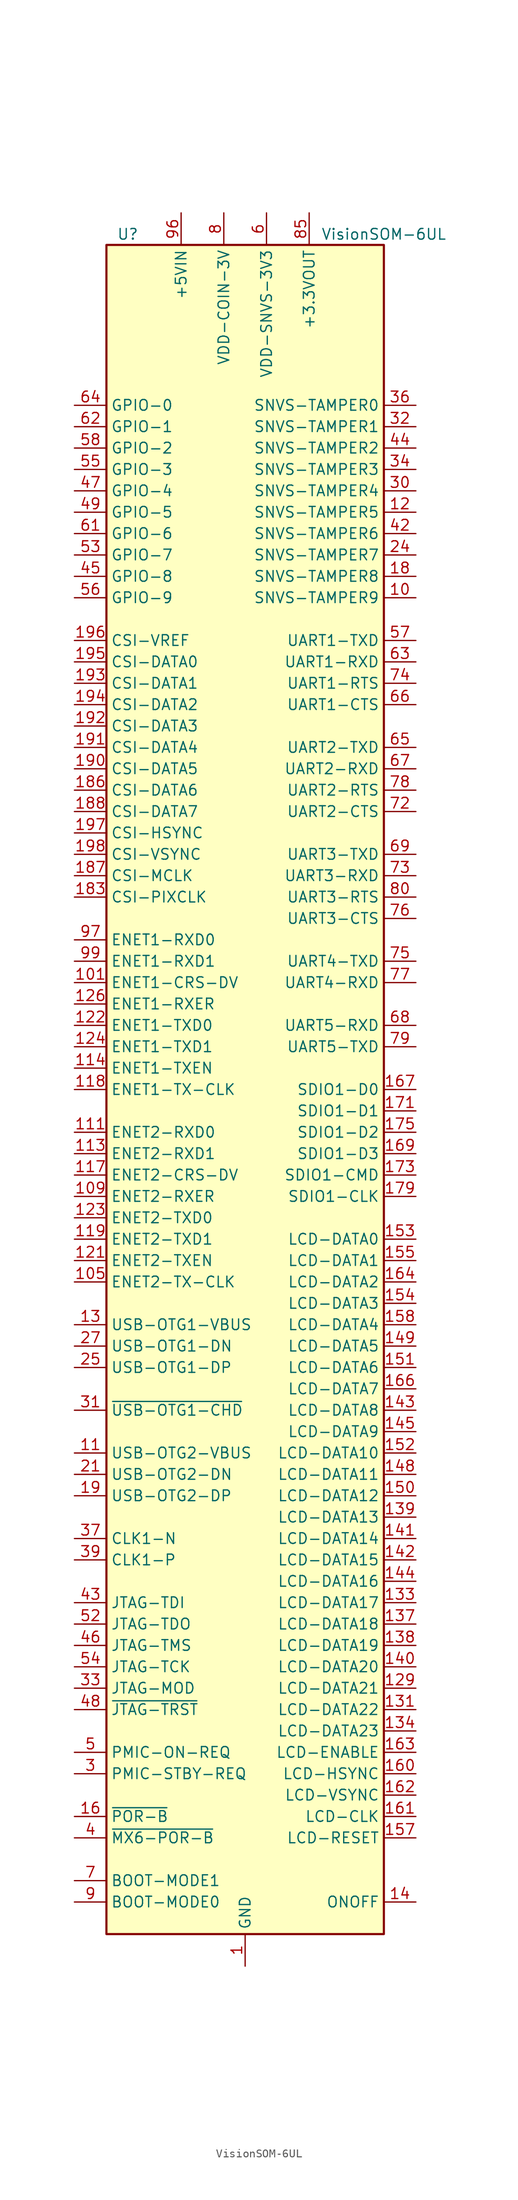
<source format=kicad_sym>
(kicad_symbol_lib
  (version 20201005)
  (generator kicad_symbol_editor)
  (symbol "MCU_Module:VisionSOM-6UL"
    (property "Reference" "U"
      (at -13.97 101.6 0)
      (effects (font (size 1.27 1.27))))
    (property "Value" "VisionSOM-6UL"
      (at 16.51 101.6 0)
      (effects (font (size 1.27 1.27))))
    (symbol "VisionSOM-6UL_0_1"
      (rectangle (start -16.51 100.33) (end 16.51 -100.33) (stroke (width 0.254)) (fill (type background))))
    (symbol "VisionSOM-6UL_1_1"
      (pin power_in line (at 0 -104.14 90) (length 3.81) (name "GND" (effects (font (size 1.27 1.27)))) (number "1" (effects (font (size 1.27 1.27)))))
      (pin bidirectional line (at 20.32 58.42 180) (length 3.81) (name "SNVS-TAMPER9" (effects (font (size 1.27 1.27)))) (number "10" (effects (font (size 1.27 1.27)))))
      (pin passive line (at -7.62 104.14 270) (length 3.81) hide (name "+5VIN" (effects (font (size 1.27 1.27)))) (number "100" (effects (font (size 1.27 1.27)))))
      (pin bidirectional line (at -20.32 12.7 0) (length 3.81) (name "ENET1-CRS-DV" (effects (font (size 1.27 1.27)))) (number "101" (effects (font (size 1.27 1.27)))))
      (pin passive line (at -7.62 104.14 270) (length 3.81) hide (name "+5VIN" (effects (font (size 1.27 1.27)))) (number "102" (effects (font (size 1.27 1.27)))))
      (pin passive line (at 0 -104.14 90) (length 3.81) hide (name "GND" (effects (font (size 1.27 1.27)))) (number "103" (effects (font (size 1.27 1.27)))))
      (pin passive line (at -7.62 104.14 270) (length 3.81) hide (name "+5VIN" (effects (font (size 1.27 1.27)))) (number "104" (effects (font (size 1.27 1.27)))))
      (pin bidirectional line (at -20.32 -22.86 0) (length 3.81) (name "ENET2-TX-CLK" (effects (font (size 1.27 1.27)))) (number "105" (effects (font (size 1.27 1.27)))))
      (pin passive line (at -7.62 104.14 270) (length 3.81) hide (name "+5VIN" (effects (font (size 1.27 1.27)))) (number "106" (effects (font (size 1.27 1.27)))))
      (pin passive line (at 0 -104.14 90) (length 3.81) hide (name "GND" (effects (font (size 1.27 1.27)))) (number "107" (effects (font (size 1.27 1.27)))))
      (pin passive line (at -7.62 104.14 270) (length 3.81) hide (name "+5VIN" (effects (font (size 1.27 1.27)))) (number "108" (effects (font (size 1.27 1.27)))))
      (pin bidirectional line (at -20.32 -12.7 0) (length 3.81) (name "ENET2-RXER" (effects (font (size 1.27 1.27)))) (number "109" (effects (font (size 1.27 1.27)))))
      (pin input line (at -20.32 -43.18 0) (length 3.81) (name "USB-OTG2-VBUS" (effects (font (size 1.27 1.27)))) (number "11" (effects (font (size 1.27 1.27)))))
      (pin passive line (at -7.62 104.14 270) (length 3.81) hide (name "+5VIN" (effects (font (size 1.27 1.27)))) (number "110" (effects (font (size 1.27 1.27)))))
      (pin bidirectional line (at -20.32 -5.08 0) (length 3.81) (name "ENET2-RXD0" (effects (font (size 1.27 1.27)))) (number "111" (effects (font (size 1.27 1.27)))))
      (pin passive line (at -7.62 104.14 270) (length 3.81) hide (name "+5VIN" (effects (font (size 1.27 1.27)))) (number "112" (effects (font (size 1.27 1.27)))))
      (pin bidirectional line (at -20.32 -7.62 0) (length 3.81) (name "ENET2-RXD1" (effects (font (size 1.27 1.27)))) (number "113" (effects (font (size 1.27 1.27)))))
      (pin bidirectional line (at -20.32 2.54 0) (length 3.81) (name "ENET1-TXEN" (effects (font (size 1.27 1.27)))) (number "114" (effects (font (size 1.27 1.27)))))
      (pin passive line (at 0 -104.14 90) (length 3.81) hide (name "GND" (effects (font (size 1.27 1.27)))) (number "115" (effects (font (size 1.27 1.27)))))
      (pin passive line (at 0 -104.14 90) (length 3.81) hide (name "GND" (effects (font (size 1.27 1.27)))) (number "116" (effects (font (size 1.27 1.27)))))
      (pin bidirectional line (at -20.32 -10.16 0) (length 3.81) (name "ENET2-CRS-DV" (effects (font (size 1.27 1.27)))) (number "117" (effects (font (size 1.27 1.27)))))
      (pin bidirectional line (at -20.32 0 0) (length 3.81) (name "ENET1-TX-CLK" (effects (font (size 1.27 1.27)))) (number "118" (effects (font (size 1.27 1.27)))))
      (pin bidirectional line (at -20.32 -17.78 0) (length 3.81) (name "ENET2-TXD1" (effects (font (size 1.27 1.27)))) (number "119" (effects (font (size 1.27 1.27)))))
      (pin bidirectional line (at 20.32 68.58 180) (length 3.81) (name "SNVS-TAMPER5" (effects (font (size 1.27 1.27)))) (number "12" (effects (font (size 1.27 1.27)))))
      (pin passive line (at 0 -104.14 90) (length 3.81) hide (name "GND" (effects (font (size 1.27 1.27)))) (number "120" (effects (font (size 1.27 1.27)))))
      (pin bidirectional line (at -20.32 -20.32 0) (length 3.81) (name "ENET2-TXEN" (effects (font (size 1.27 1.27)))) (number "121" (effects (font (size 1.27 1.27)))))
      (pin bidirectional line (at -20.32 7.62 0) (length 3.81) (name "ENET1-TXD0" (effects (font (size 1.27 1.27)))) (number "122" (effects (font (size 1.27 1.27)))))
      (pin bidirectional line (at -20.32 -15.24 0) (length 3.81) (name "ENET2-TXD0" (effects (font (size 1.27 1.27)))) (number "123" (effects (font (size 1.27 1.27)))))
      (pin bidirectional line (at -20.32 5.08 0) (length 3.81) (name "ENET1-TXD1" (effects (font (size 1.27 1.27)))) (number "124" (effects (font (size 1.27 1.27)))))
      (pin passive line (at 0 -104.14 90) (length 3.81) hide (name "GND" (effects (font (size 1.27 1.27)))) (number "125" (effects (font (size 1.27 1.27)))))
      (pin bidirectional line (at -20.32 10.16 0) (length 3.81) (name "ENET1-RXER" (effects (font (size 1.27 1.27)))) (number "126" (effects (font (size 1.27 1.27)))))
      (pin passive line (at 0 -104.14 90) (length 3.81) hide (name "GND" (effects (font (size 1.27 1.27)))) (number "127" (effects (font (size 1.27 1.27)))))
      (pin passive line (at 0 -104.14 90) (length 3.81) hide (name "GND" (effects (font (size 1.27 1.27)))) (number "128" (effects (font (size 1.27 1.27)))))
      (pin bidirectional line (at 20.32 -71.12 180) (length 3.81) (name "LCD-DATA21" (effects (font (size 1.27 1.27)))) (number "129" (effects (font (size 1.27 1.27)))))
      (pin input line (at -20.32 -27.94 0) (length 3.81) (name "USB-OTG1-VBUS" (effects (font (size 1.27 1.27)))) (number "13" (effects (font (size 1.27 1.27)))))
      (pin passive line (at 0 -104.14 90) (length 3.81) hide (name "GND" (effects (font (size 1.27 1.27)))) (number "130" (effects (font (size 1.27 1.27)))))
      (pin bidirectional line (at 20.32 -73.66 180) (length 3.81) (name "LCD-DATA22" (effects (font (size 1.27 1.27)))) (number "131" (effects (font (size 1.27 1.27)))))
      (pin passive line (at 0 -104.14 90) (length 3.81) hide (name "GND" (effects (font (size 1.27 1.27)))) (number "132" (effects (font (size 1.27 1.27)))))
      (pin bidirectional line (at 20.32 -60.96 180) (length 3.81) (name "LCD-DATA17" (effects (font (size 1.27 1.27)))) (number "133" (effects (font (size 1.27 1.27)))))
      (pin bidirectional line (at 20.32 -76.2 180) (length 3.81) (name "LCD-DATA23" (effects (font (size 1.27 1.27)))) (number "134" (effects (font (size 1.27 1.27)))))
      (pin passive line (at 0 -104.14 90) (length 3.81) hide (name "GND" (effects (font (size 1.27 1.27)))) (number "135" (effects (font (size 1.27 1.27)))))
      (pin passive line (at 0 -104.14 90) (length 3.81) hide (name "GND" (effects (font (size 1.27 1.27)))) (number "136" (effects (font (size 1.27 1.27)))))
      (pin bidirectional line (at 20.32 -63.5 180) (length 3.81) (name "LCD-DATA18" (effects (font (size 1.27 1.27)))) (number "137" (effects (font (size 1.27 1.27)))))
      (pin bidirectional line (at 20.32 -66.04 180) (length 3.81) (name "LCD-DATA19" (effects (font (size 1.27 1.27)))) (number "138" (effects (font (size 1.27 1.27)))))
      (pin bidirectional line (at 20.32 -50.8 180) (length 3.81) (name "LCD-DATA13" (effects (font (size 1.27 1.27)))) (number "139" (effects (font (size 1.27 1.27)))))
      (pin input line (at 20.32 -96.52 180) (length 3.81) (name "ONOFF" (effects (font (size 1.27 1.27)))) (number "14" (effects (font (size 1.27 1.27)))))
      (pin bidirectional line (at 20.32 -68.58 180) (length 3.81) (name "LCD-DATA20" (effects (font (size 1.27 1.27)))) (number "140" (effects (font (size 1.27 1.27)))))
      (pin bidirectional line (at 20.32 -53.34 180) (length 3.81) (name "LCD-DATA14" (effects (font (size 1.27 1.27)))) (number "141" (effects (font (size 1.27 1.27)))))
      (pin bidirectional line (at 20.32 -55.88 180) (length 3.81) (name "LCD-DATA15" (effects (font (size 1.27 1.27)))) (number "142" (effects (font (size 1.27 1.27)))))
      (pin bidirectional line (at 20.32 -38.1 180) (length 3.81) (name "LCD-DATA8" (effects (font (size 1.27 1.27)))) (number "143" (effects (font (size 1.27 1.27)))))
      (pin bidirectional line (at 20.32 -58.42 180) (length 3.81) (name "LCD-DATA16" (effects (font (size 1.27 1.27)))) (number "144" (effects (font (size 1.27 1.27)))))
      (pin bidirectional line (at 20.32 -40.64 180) (length 3.81) (name "LCD-DATA9" (effects (font (size 1.27 1.27)))) (number "145" (effects (font (size 1.27 1.27)))))
      (pin passive line (at 0 -104.14 90) (length 3.81) hide (name "GND" (effects (font (size 1.27 1.27)))) (number "146" (effects (font (size 1.27 1.27)))))
      (pin passive line (at 0 -104.14 90) (length 3.81) hide (name "GND" (effects (font (size 1.27 1.27)))) (number "147" (effects (font (size 1.27 1.27)))))
      (pin bidirectional line (at 20.32 -45.72 180) (length 3.81) (name "LCD-DATA11" (effects (font (size 1.27 1.27)))) (number "148" (effects (font (size 1.27 1.27)))))
      (pin bidirectional line (at 20.32 -30.48 180) (length 3.81) (name "LCD-DATA5" (effects (font (size 1.27 1.27)))) (number "149" (effects (font (size 1.27 1.27)))))
      (pin passive line (at 0 -104.14 90) (length 3.81) hide (name "GND" (effects (font (size 1.27 1.27)))) (number "15" (effects (font (size 1.27 1.27)))))
      (pin bidirectional line (at 20.32 -48.26 180) (length 3.81) (name "LCD-DATA12" (effects (font (size 1.27 1.27)))) (number "150" (effects (font (size 1.27 1.27)))))
      (pin bidirectional line (at 20.32 -33.02 180) (length 3.81) (name "LCD-DATA6" (effects (font (size 1.27 1.27)))) (number "151" (effects (font (size 1.27 1.27)))))
      (pin bidirectional line (at 20.32 -43.18 180) (length 3.81) (name "LCD-DATA10" (effects (font (size 1.27 1.27)))) (number "152" (effects (font (size 1.27 1.27)))))
      (pin bidirectional line (at 20.32 -17.78 180) (length 3.81) (name "LCD-DATA0" (effects (font (size 1.27 1.27)))) (number "153" (effects (font (size 1.27 1.27)))))
      (pin bidirectional line (at 20.32 -25.4 180) (length 3.81) (name "LCD-DATA3" (effects (font (size 1.27 1.27)))) (number "154" (effects (font (size 1.27 1.27)))))
      (pin bidirectional line (at 20.32 -20.32 180) (length 3.81) (name "LCD-DATA1" (effects (font (size 1.27 1.27)))) (number "155" (effects (font (size 1.27 1.27)))))
      (pin passive line (at 0 -104.14 90) (length 3.81) hide (name "GND" (effects (font (size 1.27 1.27)))) (number "156" (effects (font (size 1.27 1.27)))))
      (pin bidirectional line (at 20.32 -88.9 180) (length 3.81) (name "LCD-RESET" (effects (font (size 1.27 1.27)))) (number "157" (effects (font (size 1.27 1.27)))))
      (pin bidirectional line (at 20.32 -27.94 180) (length 3.81) (name "LCD-DATA4" (effects (font (size 1.27 1.27)))) (number "158" (effects (font (size 1.27 1.27)))))
      (pin passive line (at 0 -104.14 90) (length 3.81) hide (name "GND" (effects (font (size 1.27 1.27)))) (number "159" (effects (font (size 1.27 1.27)))))
      (pin input line (at -20.32 -86.36 0) (length 3.81) (name "~POR-B" (effects (font (size 1.27 1.27)))) (number "16" (effects (font (size 1.27 1.27)))))
      (pin bidirectional line (at 20.32 -81.28 180) (length 3.81) (name "LCD-HSYNC" (effects (font (size 1.27 1.27)))) (number "160" (effects (font (size 1.27 1.27)))))
      (pin bidirectional line (at 20.32 -86.36 180) (length 3.81) (name "LCD-CLK" (effects (font (size 1.27 1.27)))) (number "161" (effects (font (size 1.27 1.27)))))
      (pin bidirectional line (at 20.32 -83.82 180) (length 3.81) (name "LCD-VSYNC" (effects (font (size 1.27 1.27)))) (number "162" (effects (font (size 1.27 1.27)))))
      (pin bidirectional line (at 20.32 -78.74 180) (length 3.81) (name "LCD-ENABLE" (effects (font (size 1.27 1.27)))) (number "163" (effects (font (size 1.27 1.27)))))
      (pin bidirectional line (at 20.32 -22.86 180) (length 3.81) (name "LCD-DATA2" (effects (font (size 1.27 1.27)))) (number "164" (effects (font (size 1.27 1.27)))))
      (pin passive line (at 0 -104.14 90) (length 3.81) hide (name "GND" (effects (font (size 1.27 1.27)))) (number "165" (effects (font (size 1.27 1.27)))))
      (pin bidirectional line (at 20.32 -35.56 180) (length 3.81) (name "LCD-DATA7" (effects (font (size 1.27 1.27)))) (number "166" (effects (font (size 1.27 1.27)))))
      (pin bidirectional line (at 20.32 0 180) (length 3.81) (name "SDIO1-D0" (effects (font (size 1.27 1.27)))) (number "167" (effects (font (size 1.27 1.27)))))
      (pin passive line (at 0 -104.14 90) (length 3.81) hide (name "GND" (effects (font (size 1.27 1.27)))) (number "168" (effects (font (size 1.27 1.27)))))
      (pin bidirectional line (at 20.32 -7.62 180) (length 3.81) (name "SDIO1-D3" (effects (font (size 1.27 1.27)))) (number "169" (effects (font (size 1.27 1.27)))))
      (pin passive line (at 0 -104.14 90) (length 3.81) hide (name "GND" (effects (font (size 1.27 1.27)))) (number "17" (effects (font (size 1.27 1.27)))))
      (pin passive line (at 0 -104.14 90) (length 3.81) hide (name "GND" (effects (font (size 1.27 1.27)))) (number "170" (effects (font (size 1.27 1.27)))))
      (pin bidirectional line (at 20.32 -2.54 180) (length 3.81) (name "SDIO1-D1" (effects (font (size 1.27 1.27)))) (number "171" (effects (font (size 1.27 1.27)))))
      (pin passive line (at 0 -104.14 90) (length 3.81) hide (name "GND" (effects (font (size 1.27 1.27)))) (number "172" (effects (font (size 1.27 1.27)))))
      (pin bidirectional line (at 20.32 -10.16 180) (length 3.81) (name "SDIO1-CMD" (effects (font (size 1.27 1.27)))) (number "173" (effects (font (size 1.27 1.27)))))
      (pin passive line (at 0 -104.14 90) (length 3.81) hide (name "GND" (effects (font (size 1.27 1.27)))) (number "174" (effects (font (size 1.27 1.27)))))
      (pin bidirectional line (at 20.32 -5.08 180) (length 3.81) (name "SDIO1-D2" (effects (font (size 1.27 1.27)))) (number "175" (effects (font (size 1.27 1.27)))))
      (pin passive line (at 0 -104.14 90) (length 3.81) hide (name "GND" (effects (font (size 1.27 1.27)))) (number "176" (effects (font (size 1.27 1.27)))))
      (pin passive line (at 0 -104.14 90) (length 3.81) hide (name "GND" (effects (font (size 1.27 1.27)))) (number "177" (effects (font (size 1.27 1.27)))))
      (pin passive line (at 0 -104.14 90) (length 3.81) hide (name "GND" (effects (font (size 1.27 1.27)))) (number "178" (effects (font (size 1.27 1.27)))))
      (pin bidirectional line (at 20.32 -12.7 180) (length 3.81) (name "SDIO1-CLK" (effects (font (size 1.27 1.27)))) (number "179" (effects (font (size 1.27 1.27)))))
      (pin bidirectional line (at 20.32 60.96 180) (length 3.81) (name "SNVS-TAMPER8" (effects (font (size 1.27 1.27)))) (number "18" (effects (font (size 1.27 1.27)))))
      (pin passive line (at 0 -104.14 90) (length 3.81) hide (name "GND" (effects (font (size 1.27 1.27)))) (number "180" (effects (font (size 1.27 1.27)))))
      (pin passive line (at 0 -104.14 90) (length 3.81) hide (name "GND" (effects (font (size 1.27 1.27)))) (number "181" (effects (font (size 1.27 1.27)))))
      (pin passive line (at 0 -104.14 90) (length 3.81) hide (name "GND" (effects (font (size 1.27 1.27)))) (number "182" (effects (font (size 1.27 1.27)))))
      (pin bidirectional line (at -20.32 22.86 0) (length 3.81) (name "CSI-PIXCLK" (effects (font (size 1.27 1.27)))) (number "183" (effects (font (size 1.27 1.27)))))
      (pin passive line (at 0 -104.14 90) (length 3.81) hide (name "GND" (effects (font (size 1.27 1.27)))) (number "184" (effects (font (size 1.27 1.27)))))
      (pin passive line (at 0 -104.14 90) (length 3.81) hide (name "GND" (effects (font (size 1.27 1.27)))) (number "185" (effects (font (size 1.27 1.27)))))
      (pin bidirectional line (at -20.32 35.56 0) (length 3.81) (name "CSI-DATA6" (effects (font (size 1.27 1.27)))) (number "186" (effects (font (size 1.27 1.27)))))
      (pin bidirectional line (at -20.32 25.4 0) (length 3.81) (name "CSI-MCLK" (effects (font (size 1.27 1.27)))) (number "187" (effects (font (size 1.27 1.27)))))
      (pin bidirectional line (at -20.32 33.02 0) (length 3.81) (name "CSI-DATA7" (effects (font (size 1.27 1.27)))) (number "188" (effects (font (size 1.27 1.27)))))
      (pin passive line (at 0 -104.14 90) (length 3.81) hide (name "GND" (effects (font (size 1.27 1.27)))) (number "189" (effects (font (size 1.27 1.27)))))
      (pin bidirectional line (at -20.32 -48.26 0) (length 3.81) (name "USB-OTG2-DP" (effects (font (size 1.27 1.27)))) (number "19" (effects (font (size 1.27 1.27)))))
      (pin bidirectional line (at -20.32 38.1 0) (length 3.81) (name "CSI-DATA5" (effects (font (size 1.27 1.27)))) (number "190" (effects (font (size 1.27 1.27)))))
      (pin bidirectional line (at -20.32 40.64 0) (length 3.81) (name "CSI-DATA4" (effects (font (size 1.27 1.27)))) (number "191" (effects (font (size 1.27 1.27)))))
      (pin bidirectional line (at -20.32 43.18 0) (length 3.81) (name "CSI-DATA3" (effects (font (size 1.27 1.27)))) (number "192" (effects (font (size 1.27 1.27)))))
      (pin bidirectional line (at -20.32 48.26 0) (length 3.81) (name "CSI-DATA1" (effects (font (size 1.27 1.27)))) (number "193" (effects (font (size 1.27 1.27)))))
      (pin bidirectional line (at -20.32 45.72 0) (length 3.81) (name "CSI-DATA2" (effects (font (size 1.27 1.27)))) (number "194" (effects (font (size 1.27 1.27)))))
      (pin bidirectional line (at -20.32 50.8 0) (length 3.81) (name "CSI-DATA0" (effects (font (size 1.27 1.27)))) (number "195" (effects (font (size 1.27 1.27)))))
      (pin passive line (at -20.32 53.34 0) (length 3.81) (name "CSI-VREF" (effects (font (size 1.27 1.27)))) (number "196" (effects (font (size 1.27 1.27)))))
      (pin bidirectional line (at -20.32 30.48 0) (length 3.81) (name "CSI-HSYNC" (effects (font (size 1.27 1.27)))) (number "197" (effects (font (size 1.27 1.27)))))
      (pin bidirectional line (at -20.32 27.94 0) (length 3.81) (name "CSI-VSYNC" (effects (font (size 1.27 1.27)))) (number "198" (effects (font (size 1.27 1.27)))))
      (pin passive line (at 0 -104.14 90) (length 3.81) hide (name "GND" (effects (font (size 1.27 1.27)))) (number "199" (effects (font (size 1.27 1.27)))))
      (pin passive line (at 0 -104.14 90) (length 3.81) hide (name "GND" (effects (font (size 1.27 1.27)))) (number "2" (effects (font (size 1.27 1.27)))))
      (pin passive line (at 0 -104.14 90) (length 3.81) hide (name "GND" (effects (font (size 1.27 1.27)))) (number "20" (effects (font (size 1.27 1.27)))))
      (pin passive line (at 0 -104.14 90) (length 3.81) hide (name "GND" (effects (font (size 1.27 1.27)))) (number "200" (effects (font (size 1.27 1.27)))))
      (pin bidirectional line (at -20.32 -45.72 0) (length 3.81) (name "USB-OTG2-DN" (effects (font (size 1.27 1.27)))) (number "21" (effects (font (size 1.27 1.27)))))
      (pin passive line (at 0 -104.14 90) (length 3.81) hide (name "GND" (effects (font (size 1.27 1.27)))) (number "22" (effects (font (size 1.27 1.27)))))
      (pin passive line (at 0 -104.14 90) (length 3.81) hide (name "GND" (effects (font (size 1.27 1.27)))) (number "23" (effects (font (size 1.27 1.27)))))
      (pin bidirectional line (at 20.32 63.5 180) (length 3.81) (name "SNVS-TAMPER7" (effects (font (size 1.27 1.27)))) (number "24" (effects (font (size 1.27 1.27)))))
      (pin bidirectional line (at -20.32 -33.02 0) (length 3.81) (name "USB-OTG1-DP" (effects (font (size 1.27 1.27)))) (number "25" (effects (font (size 1.27 1.27)))))
      (pin passive line (at 0 -104.14 90) (length 3.81) hide (name "GND" (effects (font (size 1.27 1.27)))) (number "26" (effects (font (size 1.27 1.27)))))
      (pin bidirectional line (at -20.32 -30.48 0) (length 3.81) (name "USB-OTG1-DN" (effects (font (size 1.27 1.27)))) (number "27" (effects (font (size 1.27 1.27)))))
      (pin passive line (at 0 -104.14 90) (length 3.81) hide (name "GND" (effects (font (size 1.27 1.27)))) (number "28" (effects (font (size 1.27 1.27)))))
      (pin passive line (at 0 -104.14 90) (length 3.81) hide (name "GND" (effects (font (size 1.27 1.27)))) (number "29" (effects (font (size 1.27 1.27)))))
      (pin output line (at -20.32 -81.28 0) (length 3.81) (name "PMIC-STBY-REQ" (effects (font (size 1.27 1.27)))) (number "3" (effects (font (size 1.27 1.27)))))
      (pin bidirectional line (at 20.32 71.12 180) (length 3.81) (name "SNVS-TAMPER4" (effects (font (size 1.27 1.27)))) (number "30" (effects (font (size 1.27 1.27)))))
      (pin open_collector line (at -20.32 -38.1 0) (length 3.81) (name "~USB-OTG1-CHD" (effects (font (size 1.27 1.27)))) (number "31" (effects (font (size 1.27 1.27)))))
      (pin bidirectional line (at 20.32 78.74 180) (length 3.81) (name "SNVS-TAMPER1" (effects (font (size 1.27 1.27)))) (number "32" (effects (font (size 1.27 1.27)))))
      (pin bidirectional line (at -20.32 -71.12 0) (length 3.81) (name "JTAG-MOD" (effects (font (size 1.27 1.27)))) (number "33" (effects (font (size 1.27 1.27)))))
      (pin bidirectional line (at 20.32 73.66 180) (length 3.81) (name "SNVS-TAMPER3" (effects (font (size 1.27 1.27)))) (number "34" (effects (font (size 1.27 1.27)))))
      (pin passive line (at 0 -104.14 90) (length 3.81) hide (name "GND" (effects (font (size 1.27 1.27)))) (number "35" (effects (font (size 1.27 1.27)))))
      (pin bidirectional line (at 20.32 81.28 180) (length 3.81) (name "SNVS-TAMPER0" (effects (font (size 1.27 1.27)))) (number "36" (effects (font (size 1.27 1.27)))))
      (pin bidirectional line (at -20.32 -53.34 0) (length 3.81) (name "CLK1-N" (effects (font (size 1.27 1.27)))) (number "37" (effects (font (size 1.27 1.27)))))
      (pin passive line (at 0 -104.14 90) (length 3.81) hide (name "GND" (effects (font (size 1.27 1.27)))) (number "38" (effects (font (size 1.27 1.27)))))
      (pin bidirectional line (at -20.32 -55.88 0) (length 3.81) (name "CLK1-P" (effects (font (size 1.27 1.27)))) (number "39" (effects (font (size 1.27 1.27)))))
      (pin input line (at -20.32 -88.9 0) (length 3.81) (name "~MX6-POR-B" (effects (font (size 1.27 1.27)))) (number "4" (effects (font (size 1.27 1.27)))))
      (pin passive line (at 0 -104.14 90) (length 3.81) hide (name "GND" (effects (font (size 1.27 1.27)))) (number "40" (effects (font (size 1.27 1.27)))))
      (pin passive line (at 0 -104.14 90) (length 3.81) hide (name "GND" (effects (font (size 1.27 1.27)))) (number "41" (effects (font (size 1.27 1.27)))))
      (pin bidirectional line (at 20.32 66.04 180) (length 3.81) (name "SNVS-TAMPER6" (effects (font (size 1.27 1.27)))) (number "42" (effects (font (size 1.27 1.27)))))
      (pin bidirectional line (at -20.32 -60.96 0) (length 3.81) (name "JTAG-TDI" (effects (font (size 1.27 1.27)))) (number "43" (effects (font (size 1.27 1.27)))))
      (pin bidirectional line (at 20.32 76.2 180) (length 3.81) (name "SNVS-TAMPER2" (effects (font (size 1.27 1.27)))) (number "44" (effects (font (size 1.27 1.27)))))
      (pin bidirectional line (at -20.32 60.96 0) (length 3.81) (name "GPIO-8" (effects (font (size 1.27 1.27)))) (number "45" (effects (font (size 1.27 1.27)))))
      (pin bidirectional line (at -20.32 -66.04 0) (length 3.81) (name "JTAG-TMS" (effects (font (size 1.27 1.27)))) (number "46" (effects (font (size 1.27 1.27)))))
      (pin bidirectional line (at -20.32 71.12 0) (length 3.81) (name "GPIO-4" (effects (font (size 1.27 1.27)))) (number "47" (effects (font (size 1.27 1.27)))))
      (pin bidirectional line (at -20.32 -73.66 0) (length 3.81) (name "~JTAG-TRST" (effects (font (size 1.27 1.27)))) (number "48" (effects (font (size 1.27 1.27)))))
      (pin bidirectional line (at -20.32 68.58 0) (length 3.81) (name "GPIO-5" (effects (font (size 1.27 1.27)))) (number "49" (effects (font (size 1.27 1.27)))))
      (pin output line (at -20.32 -78.74 0) (length 3.81) (name "PMIC-ON-REQ" (effects (font (size 1.27 1.27)))) (number "5" (effects (font (size 1.27 1.27)))))
      (pin passive line (at 0 -104.14 90) (length 3.81) hide (name "GND" (effects (font (size 1.27 1.27)))) (number "50" (effects (font (size 1.27 1.27)))))
      (pin passive line (at 0 -104.14 90) (length 3.81) hide (name "GND" (effects (font (size 1.27 1.27)))) (number "51" (effects (font (size 1.27 1.27)))))
      (pin bidirectional line (at -20.32 -63.5 0) (length 3.81) (name "JTAG-TDO" (effects (font (size 1.27 1.27)))) (number "52" (effects (font (size 1.27 1.27)))))
      (pin bidirectional line (at -20.32 63.5 0) (length 3.81) (name "GPIO-7" (effects (font (size 1.27 1.27)))) (number "53" (effects (font (size 1.27 1.27)))))
      (pin bidirectional line (at -20.32 -68.58 0) (length 3.81) (name "JTAG-TCK" (effects (font (size 1.27 1.27)))) (number "54" (effects (font (size 1.27 1.27)))))
      (pin bidirectional line (at -20.32 73.66 0) (length 3.81) (name "GPIO-3" (effects (font (size 1.27 1.27)))) (number "55" (effects (font (size 1.27 1.27)))))
      (pin bidirectional line (at -20.32 58.42 0) (length 3.81) (name "GPIO-9" (effects (font (size 1.27 1.27)))) (number "56" (effects (font (size 1.27 1.27)))))
      (pin bidirectional line (at 20.32 53.34 180) (length 3.81) (name "UART1-TXD" (effects (font (size 1.27 1.27)))) (number "57" (effects (font (size 1.27 1.27)))))
      (pin bidirectional line (at -20.32 76.2 0) (length 3.81) (name "GPIO-2" (effects (font (size 1.27 1.27)))) (number "58" (effects (font (size 1.27 1.27)))))
      (pin passive line (at 0 -104.14 90) (length 3.81) hide (name "GND" (effects (font (size 1.27 1.27)))) (number "59" (effects (font (size 1.27 1.27)))))
      (pin power_in line (at 2.54 104.14 270) (length 3.81) (name "VDD-SNVS-3V3" (effects (font (size 1.27 1.27)))) (number "6" (effects (font (size 1.27 1.27)))))
      (pin passive line (at 0 -104.14 90) (length 3.81) hide (name "GND" (effects (font (size 1.27 1.27)))) (number "60" (effects (font (size 1.27 1.27)))))
      (pin bidirectional line (at -20.32 66.04 0) (length 3.81) (name "GPIO-6" (effects (font (size 1.27 1.27)))) (number "61" (effects (font (size 1.27 1.27)))))
      (pin bidirectional line (at -20.32 78.74 0) (length 3.81) (name "GPIO-1" (effects (font (size 1.27 1.27)))) (number "62" (effects (font (size 1.27 1.27)))))
      (pin bidirectional line (at 20.32 50.8 180) (length 3.81) (name "UART1-RXD" (effects (font (size 1.27 1.27)))) (number "63" (effects (font (size 1.27 1.27)))))
      (pin bidirectional line (at -20.32 81.28 0) (length 3.81) (name "GPIO-0" (effects (font (size 1.27 1.27)))) (number "64" (effects (font (size 1.27 1.27)))))
      (pin bidirectional line (at 20.32 40.64 180) (length 3.81) (name "UART2-TXD" (effects (font (size 1.27 1.27)))) (number "65" (effects (font (size 1.27 1.27)))))
      (pin bidirectional line (at 20.32 45.72 180) (length 3.81) (name "UART1-CTS" (effects (font (size 1.27 1.27)))) (number "66" (effects (font (size 1.27 1.27)))))
      (pin bidirectional line (at 20.32 38.1 180) (length 3.81) (name "UART2-RXD" (effects (font (size 1.27 1.27)))) (number "67" (effects (font (size 1.27 1.27)))))
      (pin bidirectional line (at 20.32 7.62 180) (length 3.81) (name "UART5-RXD" (effects (font (size 1.27 1.27)))) (number "68" (effects (font (size 1.27 1.27)))))
      (pin bidirectional line (at 20.32 27.94 180) (length 3.81) (name "UART3-TXD" (effects (font (size 1.27 1.27)))) (number "69" (effects (font (size 1.27 1.27)))))
      (pin input line (at -20.32 -93.98 0) (length 3.81) (name "BOOT-MODE1" (effects (font (size 1.27 1.27)))) (number "7" (effects (font (size 1.27 1.27)))))
      (pin passive line (at 0 -104.14 90) (length 3.81) hide (name "GND" (effects (font (size 1.27 1.27)))) (number "70" (effects (font (size 1.27 1.27)))))
      (pin passive line (at 0 -104.14 90) (length 3.81) hide (name "GND" (effects (font (size 1.27 1.27)))) (number "71" (effects (font (size 1.27 1.27)))))
      (pin bidirectional line (at 20.32 33.02 180) (length 3.81) (name "UART2-CTS" (effects (font (size 1.27 1.27)))) (number "72" (effects (font (size 1.27 1.27)))))
      (pin bidirectional line (at 20.32 25.4 180) (length 3.81) (name "UART3-RXD" (effects (font (size 1.27 1.27)))) (number "73" (effects (font (size 1.27 1.27)))))
      (pin bidirectional line (at 20.32 48.26 180) (length 3.81) (name "UART1-RTS" (effects (font (size 1.27 1.27)))) (number "74" (effects (font (size 1.27 1.27)))))
      (pin bidirectional line (at 20.32 15.24 180) (length 3.81) (name "UART4-TXD" (effects (font (size 1.27 1.27)))) (number "75" (effects (font (size 1.27 1.27)))))
      (pin bidirectional line (at 20.32 20.32 180) (length 3.81) (name "UART3-CTS" (effects (font (size 1.27 1.27)))) (number "76" (effects (font (size 1.27 1.27)))))
      (pin bidirectional line (at 20.32 12.7 180) (length 3.81) (name "UART4-RXD" (effects (font (size 1.27 1.27)))) (number "77" (effects (font (size 1.27 1.27)))))
      (pin bidirectional line (at 20.32 35.56 180) (length 3.81) (name "UART2-RTS" (effects (font (size 1.27 1.27)))) (number "78" (effects (font (size 1.27 1.27)))))
      (pin bidirectional line (at 20.32 5.08 180) (length 3.81) (name "UART5-TXD" (effects (font (size 1.27 1.27)))) (number "79" (effects (font (size 1.27 1.27)))))
      (pin power_in line (at -2.54 104.14 270) (length 3.81) (name "VDD-COIN-3V" (effects (font (size 1.27 1.27)))) (number "8" (effects (font (size 1.27 1.27)))))
      (pin bidirectional line (at 20.32 22.86 180) (length 3.81) (name "UART3-RTS" (effects (font (size 1.27 1.27)))) (number "80" (effects (font (size 1.27 1.27)))))
      (pin passive line (at 0 -104.14 90) (length 3.81) hide (name "GND" (effects (font (size 1.27 1.27)))) (number "81" (effects (font (size 1.27 1.27)))))
      (pin passive line (at 0 -104.14 90) (length 3.81) hide (name "GND" (effects (font (size 1.27 1.27)))) (number "82" (effects (font (size 1.27 1.27)))))
      (pin no_connect line (at 15.24 -93.98 180) (length 3.81) hide (name "NC" (effects (font (size 1.27 1.27)))) (number "83" (effects (font (size 1.27 1.27)))))
      (pin passive line (at 0 -104.14 90) (length 3.81) hide (name "GND" (effects (font (size 1.27 1.27)))) (number "84" (effects (font (size 1.27 1.27)))))
      (pin power_out line (at 7.62 104.14 270) (length 3.81) (name "+3.3VOUT" (effects (font (size 1.27 1.27)))) (number "85" (effects (font (size 1.27 1.27)))))
      (pin no_connect line (at -15.24 -76.2 0) (length 2.54) hide (name "NC" (effects (font (size 1.27 1.27)))) (number "86" (effects (font (size 1.27 1.27)))))
      (pin passive line (at 7.62 104.14 270) (length 3.81) hide (name "+3.3VOUT" (effects (font (size 1.27 1.27)))) (number "87" (effects (font (size 1.27 1.27)))))
      (pin passive line (at 7.62 104.14 270) (length 3.81) hide (name "+3.3VOUT" (effects (font (size 1.27 1.27)))) (number "88" (effects (font (size 1.27 1.27)))))
      (pin passive line (at 7.62 104.14 270) (length 3.81) hide (name "+3.3VOUT" (effects (font (size 1.27 1.27)))) (number "89" (effects (font (size 1.27 1.27)))))
      (pin input line (at -20.32 -96.52 0) (length 3.81) (name "BOOT-MODE0" (effects (font (size 1.27 1.27)))) (number "9" (effects (font (size 1.27 1.27)))))
      (pin passive line (at 7.62 104.14 270) (length 3.81) hide (name "+3.3VOUT" (effects (font (size 1.27 1.27)))) (number "90" (effects (font (size 1.27 1.27)))))
      (pin passive line (at 7.62 104.14 270) (length 3.81) hide (name "+3.3VOUT" (effects (font (size 1.27 1.27)))) (number "91" (effects (font (size 1.27 1.27)))))
      (pin passive line (at 7.62 104.14 270) (length 3.81) hide (name "+3.3VOUT" (effects (font (size 1.27 1.27)))) (number "92" (effects (font (size 1.27 1.27)))))
      (pin passive line (at 7.62 104.14 270) (length 3.81) hide (name "+3.3VOUT" (effects (font (size 1.27 1.27)))) (number "93" (effects (font (size 1.27 1.27)))))
      (pin no_connect line (at -15.24 -83.82 0) (length 2.54) hide (name "NC" (effects (font (size 1.27 1.27)))) (number "94" (effects (font (size 1.27 1.27)))))
      (pin no_connect line (at -15.24 -91.44 0) (length 2.54) hide (name "NC" (effects (font (size 1.27 1.27)))) (number "95" (effects (font (size 1.27 1.27)))))
      (pin power_in line (at -7.62 104.14 270) (length 3.81) (name "+5VIN" (effects (font (size 1.27 1.27)))) (number "96" (effects (font (size 1.27 1.27)))))
      (pin bidirectional line (at -20.32 17.78 0) (length 3.81) (name "ENET1-RXD0" (effects (font (size 1.27 1.27)))) (number "97" (effects (font (size 1.27 1.27)))))
      (pin passive line (at -7.62 104.14 270) (length 3.81) hide (name "+5VIN" (effects (font (size 1.27 1.27)))) (number "98" (effects (font (size 1.27 1.27)))))
      (pin bidirectional line (at -20.32 15.24 0) (length 3.81) (name "ENET1-RXD1" (effects (font (size 1.27 1.27)))) (number "99" (effects (font (size 1.27 1.27))))))))
</source>
